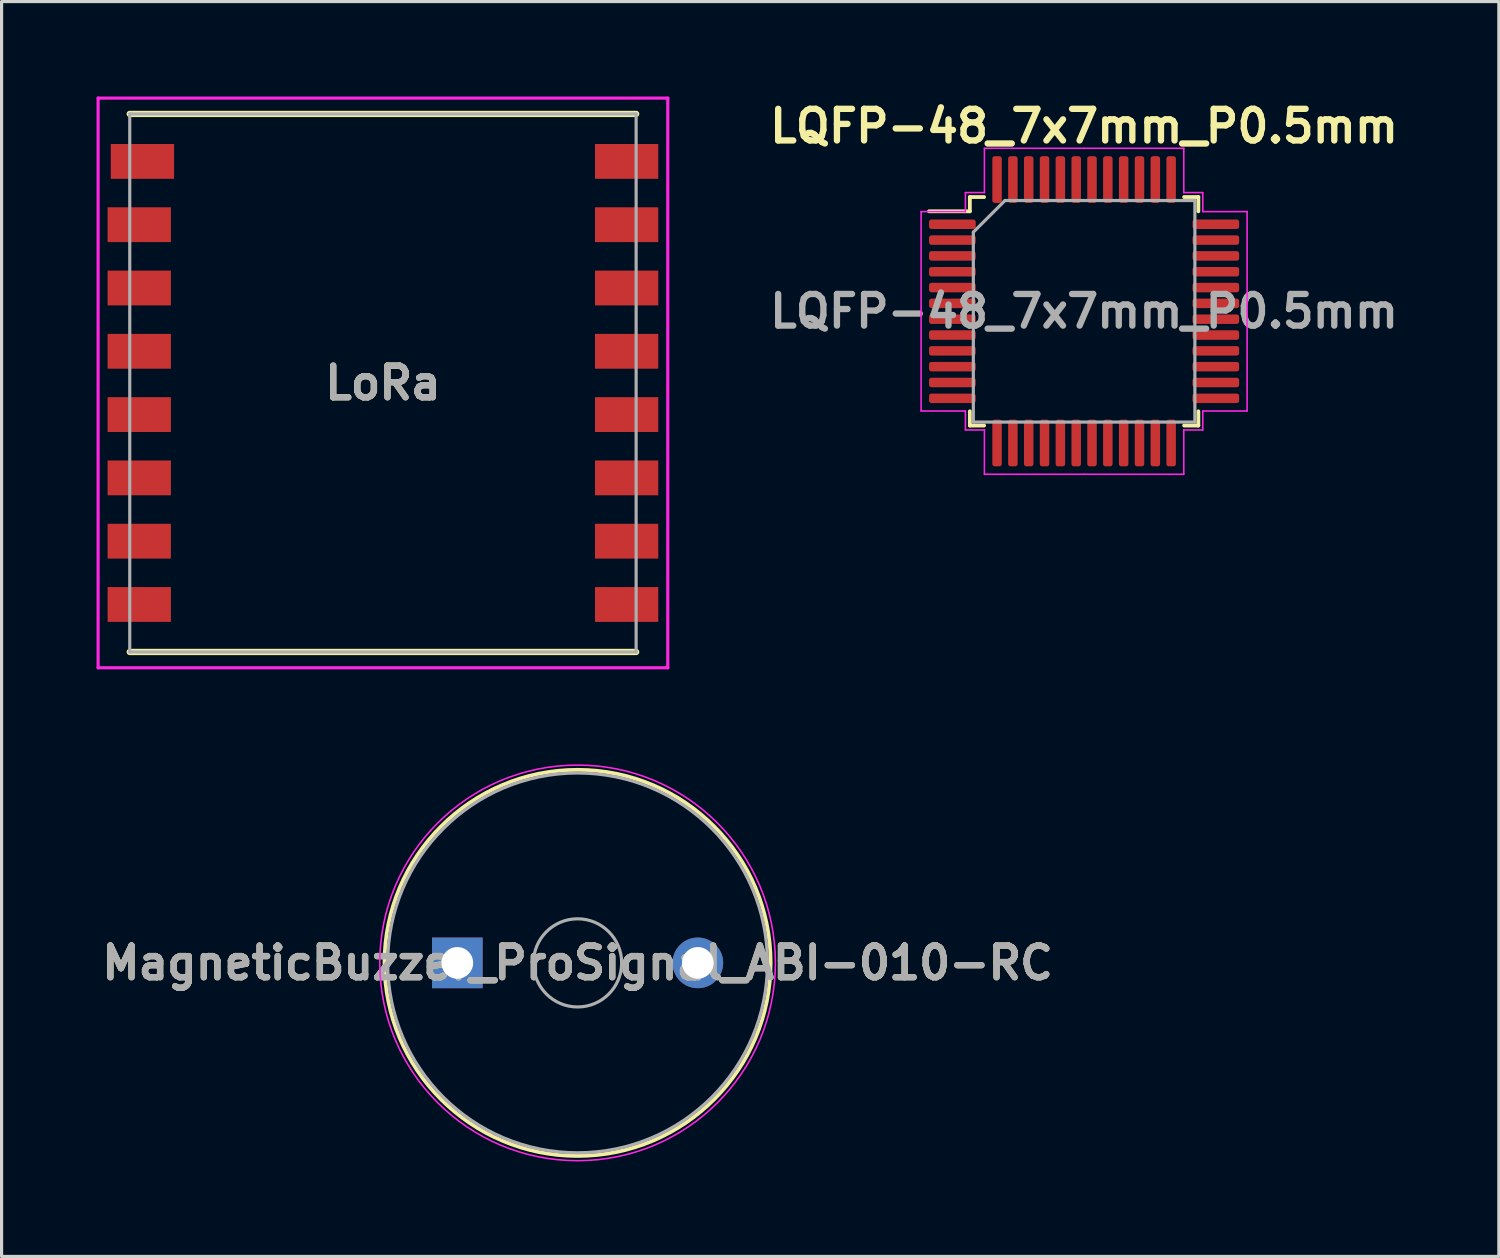
<source format=kicad_pcb>
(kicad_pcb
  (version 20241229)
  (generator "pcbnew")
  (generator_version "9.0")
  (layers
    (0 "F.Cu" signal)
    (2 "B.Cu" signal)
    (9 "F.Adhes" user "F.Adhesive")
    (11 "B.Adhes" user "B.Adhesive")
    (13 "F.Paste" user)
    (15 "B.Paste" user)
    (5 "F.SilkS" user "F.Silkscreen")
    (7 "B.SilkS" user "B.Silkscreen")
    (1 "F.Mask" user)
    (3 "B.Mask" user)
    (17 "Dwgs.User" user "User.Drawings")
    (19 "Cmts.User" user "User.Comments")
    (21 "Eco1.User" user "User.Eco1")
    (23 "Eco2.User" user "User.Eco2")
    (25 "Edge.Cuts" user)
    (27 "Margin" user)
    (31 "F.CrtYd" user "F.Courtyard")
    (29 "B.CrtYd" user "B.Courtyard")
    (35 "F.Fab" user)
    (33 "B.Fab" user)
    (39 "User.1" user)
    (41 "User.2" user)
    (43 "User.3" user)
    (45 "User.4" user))
  (footprint "LQFP-48_7x7mm_P0.5mm"
    (layer "F.Cu")
    (at 31.205 6.786)
    (property "Reference" "LQFP-48_7x7mm_P0.5mm" (at 0 -5.85 0) (layer "F.SilkS") (effects (font (size 1 1) (thickness 0.2))))
    (attr smd)
    (fp_line (start -3.61 -3.61) (end -3.61 -3.16) (stroke (width 0.12) (type solid)) (layer "F.SilkS"))
    (fp_line (start -3.61 -3.16) (end -4.9 -3.16) (stroke (width 0.12) (type solid)) (layer "F.SilkS"))
    (fp_line (start -3.61 3.61) (end -3.61 3.16) (stroke (width 0.12) (type solid)) (layer "F.SilkS"))
    (fp_line (start -3.16 -3.61) (end -3.61 -3.61) (stroke (width 0.12) (type solid)) (layer "F.SilkS"))
    (fp_line (start -3.16 3.61) (end -3.61 3.61) (stroke (width 0.12) (type solid)) (layer "F.SilkS"))
    (fp_line (start 3.16 -3.61) (end 3.61 -3.61) (stroke (width 0.12) (type solid)) (layer "F.SilkS"))
    (fp_line (start 3.16 3.61) (end 3.61 3.61) (stroke (width 0.12) (type solid)) (layer "F.SilkS"))
    (fp_line (start 3.61 -3.61) (end 3.61 -3.16) (stroke (width 0.12) (type solid)) (layer "F.SilkS"))
    (fp_line (start 3.61 3.61) (end 3.61 3.16) (stroke (width 0.12) (type solid)) (layer "F.SilkS"))
    (fp_line (start -5.15 -3.15) (end -5.15 0) (stroke (width 0.05) (type solid)) (layer "F.CrtYd"))
    (fp_line (start -5.15 3.15) (end -5.15 0) (stroke (width 0.05) (type solid)) (layer "F.CrtYd"))
    (fp_line (start -3.75 -3.75) (end -3.75 -3.15) (stroke (width 0.05) (type solid)) (layer "F.CrtYd"))
    (fp_line (start -3.75 -3.15) (end -5.15 -3.15) (stroke (width 0.05) (type solid)) (layer "F.CrtYd"))
    (fp_line (start -3.75 3.15) (end -5.15 3.15) (stroke (width 0.05) (type solid)) (layer "F.CrtYd"))
    (fp_line (start -3.75 3.75) (end -3.75 3.15) (stroke (width 0.05) (type solid)) (layer "F.CrtYd"))
    (fp_line (start -3.15 -5.15) (end -3.15 -3.75) (stroke (width 0.05) (type solid)) (layer "F.CrtYd"))
    (fp_line (start -3.15 -3.75) (end -3.75 -3.75) (stroke (width 0.05) (type solid)) (layer "F.CrtYd"))
    (fp_line (start -3.15 3.75) (end -3.75 3.75) (stroke (width 0.05) (type solid)) (layer "F.CrtYd"))
    (fp_line (start -3.15 5.15) (end -3.15 3.75) (stroke (width 0.05) (type solid)) (layer "F.CrtYd"))
    (fp_line (start 0 -5.15) (end -3.15 -5.15) (stroke (width 0.05) (type solid)) (layer "F.CrtYd"))
    (fp_line (start 0 -5.15) (end 3.15 -5.15) (stroke (width 0.05) (type solid)) (layer "F.CrtYd"))
    (fp_line (start 0 5.15) (end -3.15 5.15) (stroke (width 0.05) (type solid)) (layer "F.CrtYd"))
    (fp_line (start 0 5.15) (end 3.15 5.15) (stroke (width 0.05) (type solid)) (layer "F.CrtYd"))
    (fp_line (start 3.15 -5.15) (end 3.15 -3.75) (stroke (width 0.05) (type solid)) (layer "F.CrtYd"))
    (fp_line (start 3.15 -3.75) (end 3.75 -3.75) (stroke (width 0.05) (type solid)) (layer "F.CrtYd"))
    (fp_line (start 3.15 3.75) (end 3.75 3.75) (stroke (width 0.05) (type solid)) (layer "F.CrtYd"))
    (fp_line (start 3.15 5.15) (end 3.15 3.75) (stroke (width 0.05) (type solid)) (layer "F.CrtYd"))
    (fp_line (start 3.75 -3.75) (end 3.75 -3.15) (stroke (width 0.05) (type solid)) (layer "F.CrtYd"))
    (fp_line (start 3.75 -3.15) (end 5.15 -3.15) (stroke (width 0.05) (type solid)) (layer "F.CrtYd"))
    (fp_line (start 3.75 3.15) (end 5.15 3.15) (stroke (width 0.05) (type solid)) (layer "F.CrtYd"))
    (fp_line (start 3.75 3.75) (end 3.75 3.15) (stroke (width 0.05) (type solid)) (layer "F.CrtYd"))
    (fp_line (start 5.15 -3.15) (end 5.15 0) (stroke (width 0.05) (type solid)) (layer "F.CrtYd"))
    (fp_line (start 5.15 3.15) (end 5.15 0) (stroke (width 0.05) (type solid)) (layer "F.CrtYd"))
    (fp_line (start -3.5 -2.5) (end -2.5 -3.5) (stroke (width 0.1) (type solid)) (layer "F.Fab"))
    (fp_line (start -3.5 3.5) (end -3.5 -2.5) (stroke (width 0.1) (type solid)) (layer "F.Fab"))
    (fp_line (start -2.5 -3.5) (end 3.5 -3.5) (stroke (width 0.1) (type solid)) (layer "F.Fab"))
    (fp_line (start 3.5 -3.5) (end 3.5 3.5) (stroke (width 0.1) (type solid)) (layer "F.Fab"))
    (fp_line (start 3.5 3.5) (end -3.5 3.5) (stroke (width 0.1) (type solid)) (layer "F.Fab"))
    (fp_text user "${REFERENCE}" (at 0 0 0) (layer "F.Fab") (effects (font (size 1 1) (thickness 0.2))))
    (pad "1" smd roundrect (at -4.162 -2.75) (size 1.475 0.3) (layers "F.Cu" "F.Mask" "F.Paste") (roundrect_rratio 0.25))
    (pad "2" smd roundrect (at -4.162 -2.25) (size 1.475 0.3) (layers "F.Cu" "F.Mask" "F.Paste") (roundrect_rratio 0.25))
    (pad "3" smd roundrect (at -4.162 -1.75) (size 1.475 0.3) (layers "F.Cu" "F.Mask" "F.Paste") (roundrect_rratio 0.25))
    (pad "4" smd roundrect (at -4.162 -1.25) (size 1.475 0.3) (layers "F.Cu" "F.Mask" "F.Paste") (roundrect_rratio 0.25))
    (pad "5" smd roundrect (at -4.162 -0.75) (size 1.475 0.3) (layers "F.Cu" "F.Mask" "F.Paste") (roundrect_rratio 0.25))
    (pad "6" smd roundrect (at -4.162 -0.25) (size 1.475 0.3) (layers "F.Cu" "F.Mask" "F.Paste") (roundrect_rratio 0.25))
    (pad "7" smd roundrect (at -4.162 0.25) (size 1.475 0.3) (layers "F.Cu" "F.Mask" "F.Paste") (roundrect_rratio 0.25))
    (pad "8" smd roundrect (at -4.162 0.75) (size 1.475 0.3) (layers "F.Cu" "F.Mask" "F.Paste") (roundrect_rratio 0.25))
    (pad "9" smd roundrect (at -4.162 1.25) (size 1.475 0.3) (layers "F.Cu" "F.Mask" "F.Paste") (roundrect_rratio 0.25))
    (pad "10" smd roundrect (at -4.162 1.75) (size 1.475 0.3) (layers "F.Cu" "F.Mask" "F.Paste") (roundrect_rratio 0.25))
    (pad "11" smd roundrect (at -4.162 2.25) (size 1.475 0.3) (layers "F.Cu" "F.Mask" "F.Paste") (roundrect_rratio 0.25))
    (pad "12" smd roundrect (at -4.162 2.75) (size 1.475 0.3) (layers "F.Cu" "F.Mask" "F.Paste") (roundrect_rratio 0.25))
    (pad "13" smd roundrect (at -2.75 4.162) (size 0.3 1.475) (layers "F.Cu" "F.Mask" "F.Paste") (roundrect_rratio 0.25))
    (pad "14" smd roundrect (at -2.25 4.162) (size 0.3 1.475) (layers "F.Cu" "F.Mask" "F.Paste") (roundrect_rratio 0.25))
    (pad "15" smd roundrect (at -1.75 4.162) (size 0.3 1.475) (layers "F.Cu" "F.Mask" "F.Paste") (roundrect_rratio 0.25))
    (pad "16" smd roundrect (at -1.25 4.162) (size 0.3 1.475) (layers "F.Cu" "F.Mask" "F.Paste") (roundrect_rratio 0.25))
    (pad "17" smd roundrect (at -0.75 4.162) (size 0.3 1.475) (layers "F.Cu" "F.Mask" "F.Paste") (roundrect_rratio 0.25))
    (pad "18" smd roundrect (at -0.25 4.162) (size 0.3 1.475) (layers "F.Cu" "F.Mask" "F.Paste") (roundrect_rratio 0.25))
    (pad "19" smd roundrect (at 0.25 4.162) (size 0.3 1.475) (layers "F.Cu" "F.Mask" "F.Paste") (roundrect_rratio 0.25))
    (pad "20" smd roundrect (at 0.75 4.162) (size 0.3 1.475) (layers "F.Cu" "F.Mask" "F.Paste") (roundrect_rratio 0.25))
    (pad "21" smd roundrect (at 1.25 4.162) (size 0.3 1.475) (layers "F.Cu" "F.Mask" "F.Paste") (roundrect_rratio 0.25))
    (pad "22" smd roundrect (at 1.75 4.162) (size 0.3 1.475) (layers "F.Cu" "F.Mask" "F.Paste") (roundrect_rratio 0.25))
    (pad "23" smd roundrect (at 2.25 4.162) (size 0.3 1.475) (layers "F.Cu" "F.Mask" "F.Paste") (roundrect_rratio 0.25))
    (pad "24" smd roundrect (at 2.75 4.162) (size 0.3 1.475) (layers "F.Cu" "F.Mask" "F.Paste") (roundrect_rratio 0.25))
    (pad "25" smd roundrect (at 4.162 2.75) (size 1.475 0.3) (layers "F.Cu" "F.Mask" "F.Paste") (roundrect_rratio 0.25))
    (pad "26" smd roundrect (at 4.162 2.25) (size 1.475 0.3) (layers "F.Cu" "F.Mask" "F.Paste") (roundrect_rratio 0.25))
    (pad "27" smd roundrect (at 4.162 1.75) (size 1.475 0.3) (layers "F.Cu" "F.Mask" "F.Paste") (roundrect_rratio 0.25))
    (pad "28" smd roundrect (at 4.162 1.25) (size 1.475 0.3) (layers "F.Cu" "F.Mask" "F.Paste") (roundrect_rratio 0.25))
    (pad "29" smd roundrect (at 4.162 0.75) (size 1.475 0.3) (layers "F.Cu" "F.Mask" "F.Paste") (roundrect_rratio 0.25))
    (pad "30" smd roundrect (at 4.162 0.25) (size 1.475 0.3) (layers "F.Cu" "F.Mask" "F.Paste") (roundrect_rratio 0.25))
    (pad "31" smd roundrect (at 4.162 -0.25) (size 1.475 0.3) (layers "F.Cu" "F.Mask" "F.Paste") (roundrect_rratio 0.25))
    (pad "32" smd roundrect (at 4.162 -0.75) (size 1.475 0.3) (layers "F.Cu" "F.Mask" "F.Paste") (roundrect_rratio 0.25))
    (pad "33" smd roundrect (at 4.162 -1.25) (size 1.475 0.3) (layers "F.Cu" "F.Mask" "F.Paste") (roundrect_rratio 0.25))
    (pad "34" smd roundrect (at 4.162 -1.75) (size 1.475 0.3) (layers "F.Cu" "F.Mask" "F.Paste") (roundrect_rratio 0.25))
    (pad "35" smd roundrect (at 4.162 -2.25) (size 1.475 0.3) (layers "F.Cu" "F.Mask" "F.Paste") (roundrect_rratio 0.25))
    (pad "36" smd roundrect (at 4.162 -2.75) (size 1.475 0.3) (layers "F.Cu" "F.Mask" "F.Paste") (roundrect_rratio 0.25))
    (pad "37" smd roundrect (at 2.75 -4.162) (size 0.3 1.475) (layers "F.Cu" "F.Mask" "F.Paste") (roundrect_rratio 0.25))
    (pad "38" smd roundrect (at 2.25 -4.162) (size 0.3 1.475) (layers "F.Cu" "F.Mask" "F.Paste") (roundrect_rratio 0.25))
    (pad "39" smd roundrect (at 1.75 -4.162) (size 0.3 1.475) (layers "F.Cu" "F.Mask" "F.Paste") (roundrect_rratio 0.25))
    (pad "40" smd roundrect (at 1.25 -4.162) (size 0.3 1.475) (layers "F.Cu" "F.Mask" "F.Paste") (roundrect_rratio 0.25))
    (pad "41" smd roundrect (at 0.75 -4.162) (size 0.3 1.475) (layers "F.Cu" "F.Mask" "F.Paste") (roundrect_rratio 0.25))
    (pad "42" smd roundrect (at 0.25 -4.162) (size 0.3 1.475) (layers "F.Cu" "F.Mask" "F.Paste") (roundrect_rratio 0.25))
    (pad "43" smd roundrect (at -0.25 -4.162) (size 0.3 1.475) (layers "F.Cu" "F.Mask" "F.Paste") (roundrect_rratio 0.25))
    (pad "44" smd roundrect (at -0.75 -4.162) (size 0.3 1.475) (layers "F.Cu" "F.Mask" "F.Paste") (roundrect_rratio 0.25))
    (pad "45" smd roundrect (at -1.25 -4.162) (size 0.3 1.475) (layers "F.Cu" "F.Mask" "F.Paste") (roundrect_rratio 0.25))
    (pad "46" smd roundrect (at -1.75 -4.162) (size 0.3 1.475) (layers "F.Cu" "F.Mask" "F.Paste") (roundrect_rratio 0.25))
    (pad "47" smd roundrect (at -2.25 -4.162) (size 0.3 1.475) (layers "F.Cu" "F.Mask" "F.Paste") (roundrect_rratio 0.25))
    (pad "48" smd roundrect (at -2.75 -4.162) (size 0.3 1.475) (layers "F.Cu" "F.Mask" "F.Paste") (roundrect_rratio 0.25)))
  (footprint "MagneticBuzzer_ProSignal_ABI-010-RC"
    (layer "F.Cu")
    (at 15.2 27.375)
    (property "Reference" "MagneticBuzzer_ProSignal_ABI-010-RC" (at 0 0 0) (layer "F.SilkS") (effects (font (size 1 1) (thickness 0.2))))
    (attr through_hole)
    (fp_circle (center 0 0) (end 6.1 0) (stroke (width 0.12) (type solid)) (fill no) (layer "F.SilkS"))
    (fp_circle (center 0 0) (end 6.25 0) (stroke (width 0.05) (type solid)) (fill no) (layer "F.CrtYd"))
    (fp_circle (center 0 0) (end 1.3 0.5) (stroke (width 0.1) (type solid)) (fill no) (layer "F.Fab"))
    (fp_circle (center 0 0) (end 6 0) (stroke (width 0.1) (type solid)) (fill no) (layer "F.Fab"))
    (fp_text user "${REFERENCE}" (at 0 0 0) (layer "F.Fab") (effects (font (size 1 1) (thickness 0.2))))
    (pad "1" thru_hole rect (at -3.8 0) (size 1.6 1.6) (drill 1) (layers "*.Cu" "*.Mask"))
    (pad "2" thru_hole circle (at 3.8 0) (size 1.6 1.6) (drill 1) (layers "*.Cu" "*.Mask")))
  (footprint "LoRa"
    (layer "F.Cu")
    (at 9.05 9.05)
    (property "Reference" "LoRa" (at 0 0 0) (layer "F.SilkS") (effects (font (size 1 1) (thickness 0.2))))
    (attr smd)
    (fp_line (start -8 -8.5) (end 8 -8.5) (stroke (width 0.2) (type solid)) (layer "F.SilkS"))
    (fp_line (start -8 8.5) (end 8 8.5) (stroke (width 0.2) (type solid)) (layer "F.SilkS"))
    (fp_line (start -9 -9) (end 9 -9) (stroke (width 0.1) (type solid)) (layer "F.CrtYd"))
    (fp_line (start -9 9) (end -9 -9) (stroke (width 0.1) (type solid)) (layer "F.CrtYd"))
    (fp_line (start 9 -9) (end 9 9) (stroke (width 0.1) (type solid)) (layer "F.CrtYd"))
    (fp_line (start 9 9) (end -9 9) (stroke (width 0.1) (type solid)) (layer "F.CrtYd"))
    (fp_line (start -8 -8.5) (end 8 -8.5) (stroke (width 0.1) (type solid)) (layer "F.Fab"))
    (fp_line (start -8 8.5) (end -8 -8.5) (stroke (width 0.1) (type solid)) (layer "F.Fab"))
    (fp_line (start 8 -8.5) (end 8 8.5) (stroke (width 0.1) (type solid)) (layer "F.Fab"))
    (fp_line (start 8 8.5) (end -8 8.5) (stroke (width 0.1) (type solid)) (layer "F.Fab"))
    (fp_text user "${REFERENCE}" (at 0 0 0) (layer "F.Fab") (effects (font (size 1 1) (thickness 0.2))))
    (pad "1" smd rect (at -7.6 -7 90) (size 1.1 2) (layers "F.Cu" "F.Mask" "F.Paste"))
    (pad "2" smd rect (at -7.7 -5 90) (size 1.1 2) (layers "F.Cu" "F.Mask" "F.Paste"))
    (pad "3" smd rect (at -7.7 -3 90) (size 1.1 2) (layers "F.Cu" "F.Mask" "F.Paste"))
    (pad "4" smd rect (at -7.7 -1 90) (size 1.1 2) (layers "F.Cu" "F.Mask" "F.Paste"))
    (pad "5" smd rect (at -7.7 1 90) (size 1.1 2) (layers "F.Cu" "F.Mask" "F.Paste"))
    (pad "6" smd rect (at -7.7 3 90) (size 1.1 2) (layers "F.Cu" "F.Mask" "F.Paste"))
    (pad "7" smd rect (at -7.7 5 90) (size 1.1 2) (layers "F.Cu" "F.Mask" "F.Paste"))
    (pad "8" smd rect (at -7.7 7 90) (size 1.1 2) (layers "F.Cu" "F.Mask" "F.Paste"))
    (pad "9" smd rect (at 7.7 7 90) (size 1.1 2) (layers "F.Cu" "F.Mask" "F.Paste"))
    (pad "10" smd rect (at 7.7 5 90) (size 1.1 2) (layers "F.Cu" "F.Mask" "F.Paste"))
    (pad "11" smd rect (at 7.7 3 90) (size 1.1 2) (layers "F.Cu" "F.Mask" "F.Paste"))
    (pad "12" smd rect (at 7.7 1 90) (size 1.1 2) (layers "F.Cu" "F.Mask" "F.Paste"))
    (pad "13" smd rect (at 7.7 -1 90) (size 1.1 2) (layers "F.Cu" "F.Mask" "F.Paste"))
    (pad "14" smd rect (at 7.7 -3 90) (size 1.1 2) (layers "F.Cu" "F.Mask" "F.Paste"))
    (pad "15" smd rect (at 7.7 -5 90) (size 1.1 2) (layers "F.Cu" "F.Mask" "F.Paste"))
    (pad "16" smd rect (at 7.7 -7 90) (size 1.1 2) (layers "F.Cu" "F.Mask" "F.Paste")))
  (gr_rect
    (start -3 -3)
    (end 44.31 36.65)
    (stroke (width 0.1) (type default))
    (fill no)
    (layer "Edge.Cuts")))
</source>
